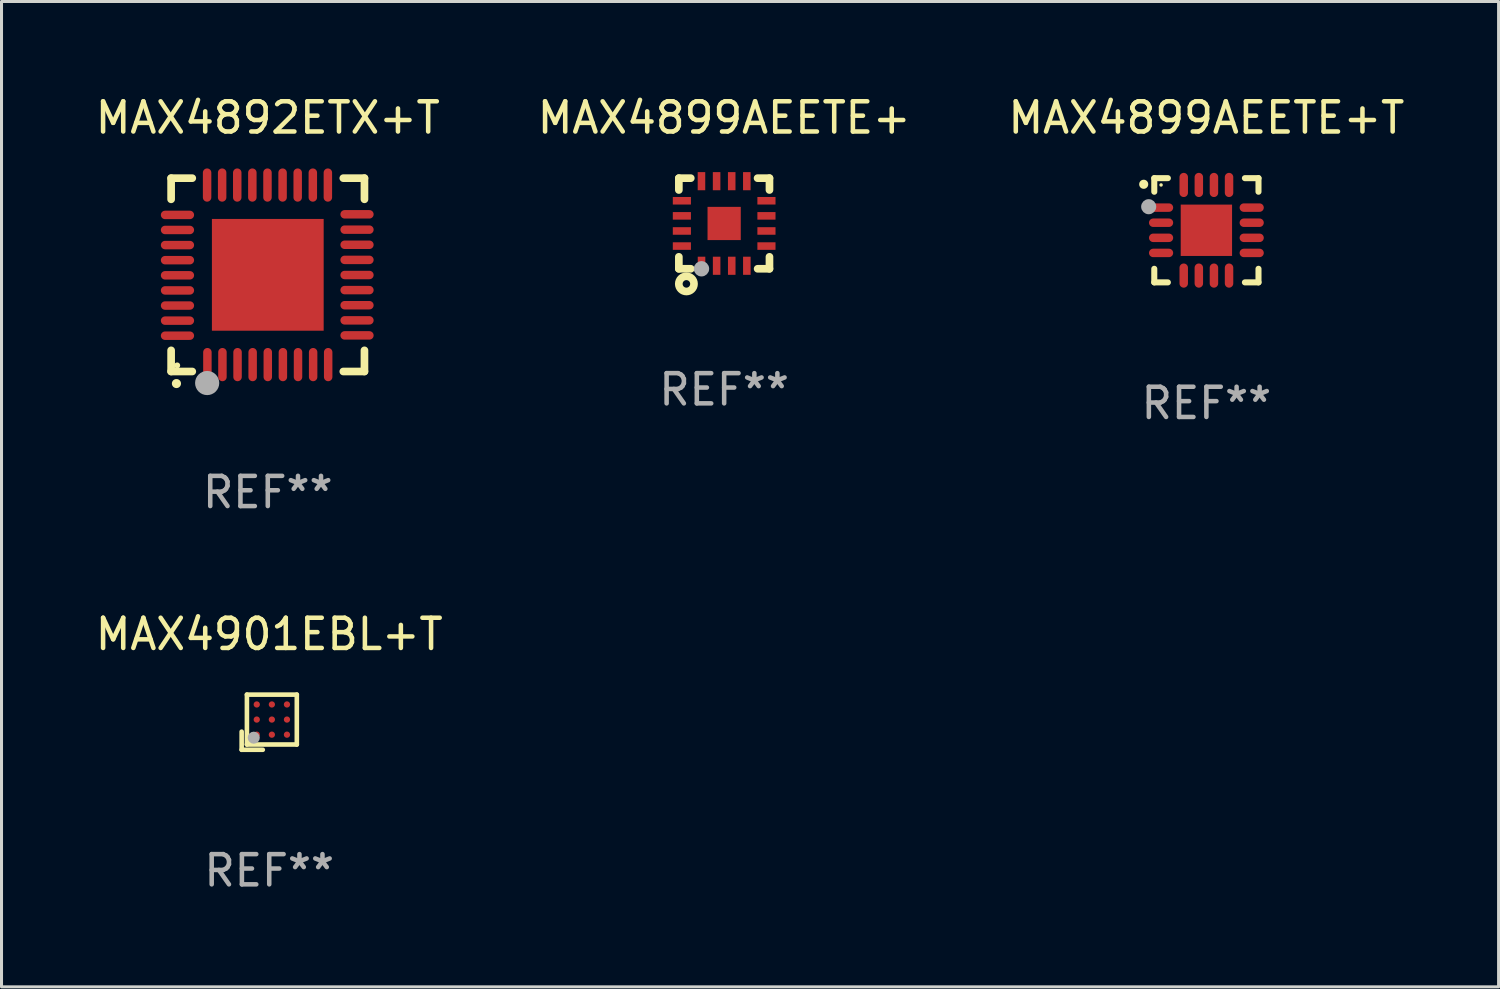
<source format=kicad_pcb>
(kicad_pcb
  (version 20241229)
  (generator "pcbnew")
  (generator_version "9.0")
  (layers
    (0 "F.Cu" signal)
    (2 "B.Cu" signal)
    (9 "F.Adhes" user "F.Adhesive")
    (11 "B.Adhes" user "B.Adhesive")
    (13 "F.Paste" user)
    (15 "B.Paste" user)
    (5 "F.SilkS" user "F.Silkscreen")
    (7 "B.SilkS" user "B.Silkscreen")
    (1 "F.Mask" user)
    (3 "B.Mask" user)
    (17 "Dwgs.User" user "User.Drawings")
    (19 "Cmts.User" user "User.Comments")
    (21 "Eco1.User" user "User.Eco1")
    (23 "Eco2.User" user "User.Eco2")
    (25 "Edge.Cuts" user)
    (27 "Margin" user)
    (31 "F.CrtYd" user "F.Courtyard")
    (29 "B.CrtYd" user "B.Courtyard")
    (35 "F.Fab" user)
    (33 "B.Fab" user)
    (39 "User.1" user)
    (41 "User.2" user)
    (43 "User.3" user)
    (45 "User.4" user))
  (footprint "MAX4901EBL+T"
    (layer "F.Cu")
    (at 5.863 20.858)
    (property "Reference" "MAX4901EBL+T" (at 0 -2.913 0) (layer "F.SilkS") (effects (font (size 1 1) (thickness 0.15))))
    (attr through_hole)
    (fp_line (start -0.913 0.313) (end -0.913 0.913) (stroke (width 0.152) (type solid)) (layer "F.SilkS"))
    (fp_line (start -0.913 0.913) (end -0.213 0.913) (stroke (width 0.152) (type solid)) (layer "F.SilkS"))
    (fp_line (start -0.739 -0.913) (end 0.913 -0.913) (stroke (width 0.152) (type solid)) (layer "F.SilkS"))
    (fp_line (start -0.739 0.739) (end -0.739 -0.913) (stroke (width 0.152) (type solid)) (layer "F.SilkS"))
    (fp_line (start 0.913 -0.913) (end 0.913 0.739) (stroke (width 0.152) (type solid)) (layer "F.SilkS"))
    (fp_line (start 0.913 0.739) (end -0.739 0.739) (stroke (width 0.152) (type solid)) (layer "F.SilkS"))
    (fp_circle (center -0.663 0.663) (end -0.633 0.663) (stroke (width 0.06) (type solid)) (fill no) (layer "F.SilkS"))
    (fp_circle (center -0.513 0.513) (end -0.413 0.513) (stroke (width 0.2) (type solid)) (fill no) (layer "F.Fab"))
    (fp_text user "REF**" (at 0 4.913 0) (layer "F.Fab") (effects (font (size 1 1) (thickness 0.15))))
    (pad "A1" smd circle (at -0.413 0.413) (size 0.208 0.208) (layers "F.Cu" "F.Mask" "F.Paste"))
    (pad "A2" smd circle (at -0.413 -0.087) (size 0.208 0.208) (layers "F.Cu" "F.Mask" "F.Paste"))
    (pad "A3" smd circle (at -0.413 -0.587) (size 0.208 0.208) (layers "F.Cu" "F.Mask" "F.Paste"))
    (pad "B1" smd circle (at 0.087 0.413) (size 0.208 0.208) (layers "F.Cu" "F.Mask" "F.Paste"))
    (pad "B2" smd circle (at 0.087 -0.087) (size 0.208 0.208) (layers "F.Cu" "F.Mask" "F.Paste"))
    (pad "B3" smd circle (at 0.087 -0.587) (size 0.208 0.208) (layers "F.Cu" "F.Mask" "F.Paste"))
    (pad "C1" smd circle (at 0.587 0.413) (size 0.208 0.208) (layers "F.Cu" "F.Mask" "F.Paste"))
    (pad "C2" smd circle (at 0.587 -0.087) (size 0.208 0.208) (layers "F.Cu" "F.Mask" "F.Paste"))
    (pad "C3" smd circle (at 0.587 -0.587) (size 0.208 0.208) (layers "F.Cu" "F.Mask" "F.Paste")))
  (footprint "MAX4899AEETE+"
    (layer "F.Cu")
    (at 20.923 4.348)
    (property "Reference" "MAX4899AEETE+" (at 0 -3.5 0) (layer "F.SilkS") (effects (font (size 1 1) (thickness 0.15))))
    (attr through_hole)
    (fp_line (start -1.5 -1.5) (end -1.5 -1.108) (stroke (width 0.254) (type solid)) (layer "F.SilkS"))
    (fp_line (start -1.5 -1.5) (end -1.105 -1.5) (stroke (width 0.254) (type solid)) (layer "F.SilkS"))
    (fp_line (start -1.5 1.104) (end -1.5 1.5) (stroke (width 0.254) (type solid)) (layer "F.SilkS"))
    (fp_line (start -1.5 1.5) (end -1.105 1.5) (stroke (width 0.254) (type solid)) (layer "F.SilkS"))
    (fp_line (start 1.106 -1.5) (end 1.5 -1.5) (stroke (width 0.254) (type solid)) (layer "F.SilkS"))
    (fp_line (start 1.108 1.5) (end 1.5 1.5) (stroke (width 0.254) (type solid)) (layer "F.SilkS"))
    (fp_line (start 1.5 -1.108) (end 1.5 -1.5) (stroke (width 0.254) (type solid)) (layer "F.SilkS"))
    (fp_line (start 1.5 1.5) (end 1.5 1.104) (stroke (width 0.254) (type solid)) (layer "F.SilkS"))
    (fp_circle (center -1.5 1.5) (end -1.47 1.5) (stroke (width 0.06) (type solid)) (fill no) (layer "F.SilkS"))
    (fp_circle (center -1.25 2) (end -1.125 2) (stroke (width 0.254) (type solid)) (fill no) (layer "F.SilkS"))
    (fp_circle (center -0.75 1.5) (end -0.623 1.5) (stroke (width 0.254) (type solid)) (fill no) (layer "F.Fab"))
    (fp_text user "REF**" (at 0 5.5 0) (layer "F.Fab") (effects (font (size 1 1) (thickness 0.15))))
    (pad "1" smd rect (at -0.749 1.4 180) (size 0.25 0.6) (layers "F.Cu" "F.Mask" "F.Paste"))
    (pad "2" smd rect (at -0.249 1.4 180) (size 0.25 0.6) (layers "F.Cu" "F.Mask" "F.Paste"))
    (pad "3" smd rect (at 0.251 1.4 180) (size 0.25 0.6) (layers "F.Cu" "F.Mask" "F.Paste"))
    (pad "4" smd rect (at 0.751 1.4 180) (size 0.25 0.6) (layers "F.Cu" "F.Mask" "F.Paste"))
    (pad "5" smd rect (at 1.4 0.748 270) (size 0.25 0.6) (layers "F.Cu" "F.Mask" "F.Paste"))
    (pad "6" smd rect (at 1.4 0.248 270) (size 0.25 0.6) (layers "F.Cu" "F.Mask" "F.Paste"))
    (pad "7" smd rect (at 1.4 -0.252 270) (size 0.25 0.6) (layers "F.Cu" "F.Mask" "F.Paste"))
    (pad "8" smd rect (at 1.4 -0.752 270) (size 0.25 0.6) (layers "F.Cu" "F.Mask" "F.Paste"))
    (pad "9" smd rect (at 0.75 -1.4) (size 0.25 0.6) (layers "F.Cu" "F.Mask" "F.Paste"))
    (pad "10" smd rect (at 0.25 -1.4) (size 0.25 0.6) (layers "F.Cu" "F.Mask" "F.Paste"))
    (pad "11" smd rect (at -0.25 -1.4) (size 0.25 0.6) (layers "F.Cu" "F.Mask" "F.Paste"))
    (pad "12" smd rect (at -0.751 -1.4) (size 0.25 0.6) (layers "F.Cu" "F.Mask" "F.Paste"))
    (pad "13" smd rect (at -1.4 -0.752 90) (size 0.25 0.6) (layers "F.Cu" "F.Mask" "F.Paste"))
    (pad "14" smd rect (at -1.4 -0.252 90) (size 0.25 0.6) (layers "F.Cu" "F.Mask" "F.Paste"))
    (pad "15" smd rect (at -1.4 0.248 90) (size 0.25 0.6) (layers "F.Cu" "F.Mask" "F.Paste"))
    (pad "16" smd rect (at -1.4 0.748 90) (size 0.25 0.6) (layers "F.Cu" "F.Mask" "F.Paste"))
    (pad "17" smd rect (at -0.000241 0.000013 90) (size 1.1 1.1) (layers "F.Cu" "F.Mask" "F.Paste")))
  (footprint "MAX4899AEETE+T"
    (layer "F.Cu")
    (at 36.887 4.573)
    (property "Reference" "MAX4899AEETE+T" (at 0 -3.725 0) (layer "F.SilkS") (effects (font (size 1 1) (thickness 0.15))))
    (attr through_hole)
    (fp_line (start -1.725 -1.725) (end -1.275 -1.725) (stroke (width 0.2) (type solid)) (layer "F.SilkS"))
    (fp_line (start -1.725 -1.275) (end -1.725 -1.725) (stroke (width 0.2) (type solid)) (layer "F.SilkS"))
    (fp_line (start -1.725 1.725) (end -1.725 1.275) (stroke (width 0.2) (type solid)) (layer "F.SilkS"))
    (fp_line (start -1.275 1.725) (end -1.725 1.725) (stroke (width 0.2) (type solid)) (layer "F.SilkS"))
    (fp_line (start 1.275 -1.725) (end 1.725 -1.725) (stroke (width 0.2) (type solid)) (layer "F.SilkS"))
    (fp_line (start 1.275 1.725) (end 1.725 1.725) (stroke (width 0.2) (type solid)) (layer "F.SilkS"))
    (fp_line (start 1.725 -1.725) (end 1.725 -1.275) (stroke (width 0.2) (type solid)) (layer "F.SilkS"))
    (fp_line (start 1.725 1.725) (end 1.725 1.275) (stroke (width 0.2) (type solid)) (layer "F.SilkS"))
    (fp_arc (start -2.075184 -1.521463) (mid -2.075189 -1.522733) (end -2.075184 -1.524003) (stroke (width 0.3) (type solid)) (layer "F.SilkS"))
    (fp_circle (center -1.5 -1.5) (end -1.47 -1.5) (stroke (width 0.06) (type solid)) (fill no) (layer "F.SilkS"))
    (fp_circle (center -1.91 -0.78) (end -1.785 -0.78) (stroke (width 0.25) (type solid)) (fill no) (layer "F.Fab"))
    (fp_text user "REF**" (at 0 5.725 0) (layer "F.Fab") (effects (font (size 1 1) (thickness 0.15))))
    (pad "1" smd oval (at -1.5 -0.75) (size 0.8 0.28) (layers "F.Cu" "F.Mask" "F.Paste"))
    (pad "2" smd oval (at -1.5 -0.25) (size 0.8 0.28) (layers "F.Cu" "F.Mask" "F.Paste"))
    (pad "3" smd oval (at -1.5 0.25) (size 0.8 0.28) (layers "F.Cu" "F.Mask" "F.Paste"))
    (pad "4" smd oval (at -1.5 0.75) (size 0.8 0.28) (layers "F.Cu" "F.Mask" "F.Paste"))
    (pad "5" smd oval (at -0.75 1.5) (size 0.28 0.8) (layers "F.Cu" "F.Mask" "F.Paste"))
    (pad "6" smd oval (at -0.25 1.5) (size 0.28 0.8) (layers "F.Cu" "F.Mask" "F.Paste"))
    (pad "7" smd oval (at 0.25 1.5) (size 0.28 0.8) (layers "F.Cu" "F.Mask" "F.Paste"))
    (pad "8" smd oval (at 0.75 1.5) (size 0.28 0.8) (layers "F.Cu" "F.Mask" "F.Paste"))
    (pad "9" smd oval (at 1.5 0.75) (size 0.8 0.28) (layers "F.Cu" "F.Mask" "F.Paste"))
    (pad "10" smd oval (at 1.5 0.25) (size 0.8 0.28) (layers "F.Cu" "F.Mask" "F.Paste"))
    (pad "11" smd oval (at 1.5 -0.25) (size 0.8 0.28) (layers "F.Cu" "F.Mask" "F.Paste"))
    (pad "12" smd oval (at 1.5 -0.75) (size 0.8 0.28) (layers "F.Cu" "F.Mask" "F.Paste"))
    (pad "13" smd oval (at 0.75 -1.5) (size 0.28 0.8) (layers "F.Cu" "F.Mask" "F.Paste"))
    (pad "14" smd oval (at 0.25 -1.5) (size 0.28 0.8) (layers "F.Cu" "F.Mask" "F.Paste"))
    (pad "15" smd oval (at -0.25 -1.5) (size 0.28 0.8) (layers "F.Cu" "F.Mask" "F.Paste"))
    (pad "16" smd oval (at -0.75 -1.5) (size 0.28 0.8) (layers "F.Cu" "F.Mask" "F.Paste"))
    (pad "17" smd rect (at 0.000076 0.000076) (size 1.7 1.7) (layers "F.Cu" "F.Mask" "F.Paste")))
  (footprint "MAX4892ETX+T"
    (layer "F.Cu")
    (at 5.815 6.048)
    (property "Reference" "MAX4892ETX+T" (at 0 -5.2 0) (layer "F.SilkS") (effects (font (size 1 1) (thickness 0.15))))
    (attr through_hole)
    (fp_line (start -3.2 -3.2) (end -2.5 -3.2) (stroke (width 0.254) (type solid)) (layer "F.SilkS"))
    (fp_line (start -3.2 -2.5) (end -3.2 -3.2) (stroke (width 0.254) (type solid)) (layer "F.SilkS"))
    (fp_line (start -3.2 3.2) (end -3.2 2.5) (stroke (width 0.254) (type solid)) (layer "F.SilkS"))
    (fp_line (start -2.5 3.2) (end -3.2 3.2) (stroke (width 0.254) (type solid)) (layer "F.SilkS"))
    (fp_line (start 3.2 -3.2) (end 2.5 -3.2) (stroke (width 0.254) (type solid)) (layer "F.SilkS"))
    (fp_line (start 3.2 -2.5) (end 3.2 -3.2) (stroke (width 0.254) (type solid)) (layer "F.SilkS"))
    (fp_line (start 3.2 2.5) (end 3.2 3.2) (stroke (width 0.254) (type solid)) (layer "F.SilkS"))
    (fp_line (start 3.2 3.2) (end 2.5 3.2) (stroke (width 0.254) (type solid)) (layer "F.SilkS"))
    (fp_arc (start -3.025146 3.599187) (mid -3.023876 3.599182) (end -3.022606 3.599187) (stroke (width 0.3) (type solid)) (layer "F.SilkS"))
    (fp_circle (center -3 3) (end -2.95 3) (stroke (width 0.1) (type solid)) (fill no) (layer "F.SilkS"))
    (fp_circle (center -2.007 3.582) (end -1.807 3.582) (stroke (width 0.4) (type solid)) (fill no) (layer "F.Fab"))
    (fp_text user "REF**" (at 0 7.2 0) (layer "F.Fab") (effects (font (size 1 1) (thickness 0.15))))
    (pad "1" smd oval (at -1.999 2.972) (size 0.28 1.1) (layers "F.Cu" "F.Mask" "F.Paste"))
    (pad "2" smd oval (at -1.501 2.972) (size 0.28 1.1) (layers "F.Cu" "F.Mask" "F.Paste"))
    (pad "3" smd oval (at -1.001 2.972) (size 0.28 1.1) (layers "F.Cu" "F.Mask" "F.Paste"))
    (pad "4" smd oval (at -0.501 2.972) (size 0.28 1.1) (layers "F.Cu" "F.Mask" "F.Paste"))
    (pad "5" smd oval (at 0.000102 2.972) (size 0.28 1.1) (layers "F.Cu" "F.Mask" "F.Paste"))
    (pad "6" smd oval (at 0.5 2.972) (size 0.28 1.1) (layers "F.Cu" "F.Mask" "F.Paste"))
    (pad "7" smd oval (at 1.001 2.972) (size 0.28 1.1) (layers "F.Cu" "F.Mask" "F.Paste"))
    (pad "8" smd oval (at 1.501 2.972) (size 0.28 1.1) (layers "F.Cu" "F.Mask" "F.Paste"))
    (pad "9" smd oval (at 1.999 2.972) (size 0.28 1.1) (layers "F.Cu" "F.Mask" "F.Paste"))
    (pad "10" smd oval (at 2.954 2.005) (size 1.1 0.28) (layers "F.Cu" "F.Mask" "F.Paste"))
    (pad "11" smd oval (at 2.954 1.507) (size 1.1 0.28) (layers "F.Cu" "F.Mask" "F.Paste"))
    (pad "12" smd oval (at 2.954 1.006) (size 1.1 0.28) (layers "F.Cu" "F.Mask" "F.Paste"))
    (pad "13" smd oval (at 2.954 0.506) (size 1.1 0.28) (layers "F.Cu" "F.Mask" "F.Paste"))
    (pad "14" smd oval (at 2.954 0.006) (size 1.1 0.28) (layers "F.Cu" "F.Mask" "F.Paste"))
    (pad "15" smd oval (at 2.954 -0.495) (size 1.1 0.28) (layers "F.Cu" "F.Mask" "F.Paste"))
    (pad "16" smd oval (at 2.954 -0.995) (size 1.1 0.28) (layers "F.Cu" "F.Mask" "F.Paste"))
    (pad "17" smd oval (at 2.954 -1.495) (size 1.1 0.28) (layers "F.Cu" "F.Mask" "F.Paste"))
    (pad "18" smd oval (at 2.954 -2.003) (size 1.1 0.28) (layers "F.Cu" "F.Mask" "F.Paste"))
    (pad "19" smd oval (at 1.989 -2.972) (size 0.28 1.1) (layers "F.Cu" "F.Mask" "F.Paste"))
    (pad "20" smd oval (at 1.491 -2.972) (size 0.28 1.1) (layers "F.Cu" "F.Mask" "F.Paste"))
    (pad "21" smd oval (at 0.99 -2.972) (size 0.28 1.1) (layers "F.Cu" "F.Mask" "F.Paste"))
    (pad "22" smd oval (at 0.49 -2.972) (size 0.28 1.1) (layers "F.Cu" "F.Mask" "F.Paste"))
    (pad "23" smd oval (at -0.01 -2.972) (size 0.28 1.1) (layers "F.Cu" "F.Mask" "F.Paste"))
    (pad "24" smd oval (at -0.511 -2.972) (size 0.28 1.1) (layers "F.Cu" "F.Mask" "F.Paste"))
    (pad "25" smd oval (at -1.011 -2.972) (size 0.28 1.1) (layers "F.Cu" "F.Mask" "F.Paste"))
    (pad "26" smd oval (at -1.511 -2.972) (size 0.28 1.1) (layers "F.Cu" "F.Mask" "F.Paste"))
    (pad "27" smd oval (at -2.009 -2.972) (size 0.28 1.1) (layers "F.Cu" "F.Mask" "F.Paste"))
    (pad "28" smd oval (at -2.99 -1.983) (size 1.1 0.28) (layers "F.Cu" "F.Mask" "F.Paste"))
    (pad "29" smd oval (at -2.99 -1.485) (size 1.1 0.28) (layers "F.Cu" "F.Mask" "F.Paste"))
    (pad "30" smd oval (at -2.99 -0.985) (size 1.1 0.28) (layers "F.Cu" "F.Mask" "F.Paste"))
    (pad "31" smd oval (at -2.99 -0.485) (size 1.1 0.28) (layers "F.Cu" "F.Mask" "F.Paste"))
    (pad "32" smd oval (at -2.99 0.016) (size 1.1 0.28) (layers "F.Cu" "F.Mask" "F.Paste"))
    (pad "33" smd oval (at -2.99 0.516) (size 1.1 0.28) (layers "F.Cu" "F.Mask" "F.Paste"))
    (pad "34" smd oval (at -2.99 1.017) (size 1.1 0.28) (layers "F.Cu" "F.Mask" "F.Paste"))
    (pad "35" smd oval (at -2.99 1.517) (size 1.1 0.28) (layers "F.Cu" "F.Mask" "F.Paste"))
    (pad "36" smd oval (at -2.99 2.015) (size 1.1 0.28) (layers "F.Cu" "F.Mask" "F.Paste"))
    (pad "37" smd rect (at 0.000102 0.000102) (size 3.7 3.7) (layers "F.Cu" "F.Mask" "F.Paste")))
  (gr_rect
    (start -3 -3)
    (end 46.56 29.619)
    (stroke (width 0.1) (type default))
    (fill no)
    (layer "Edge.Cuts")))
</source>
